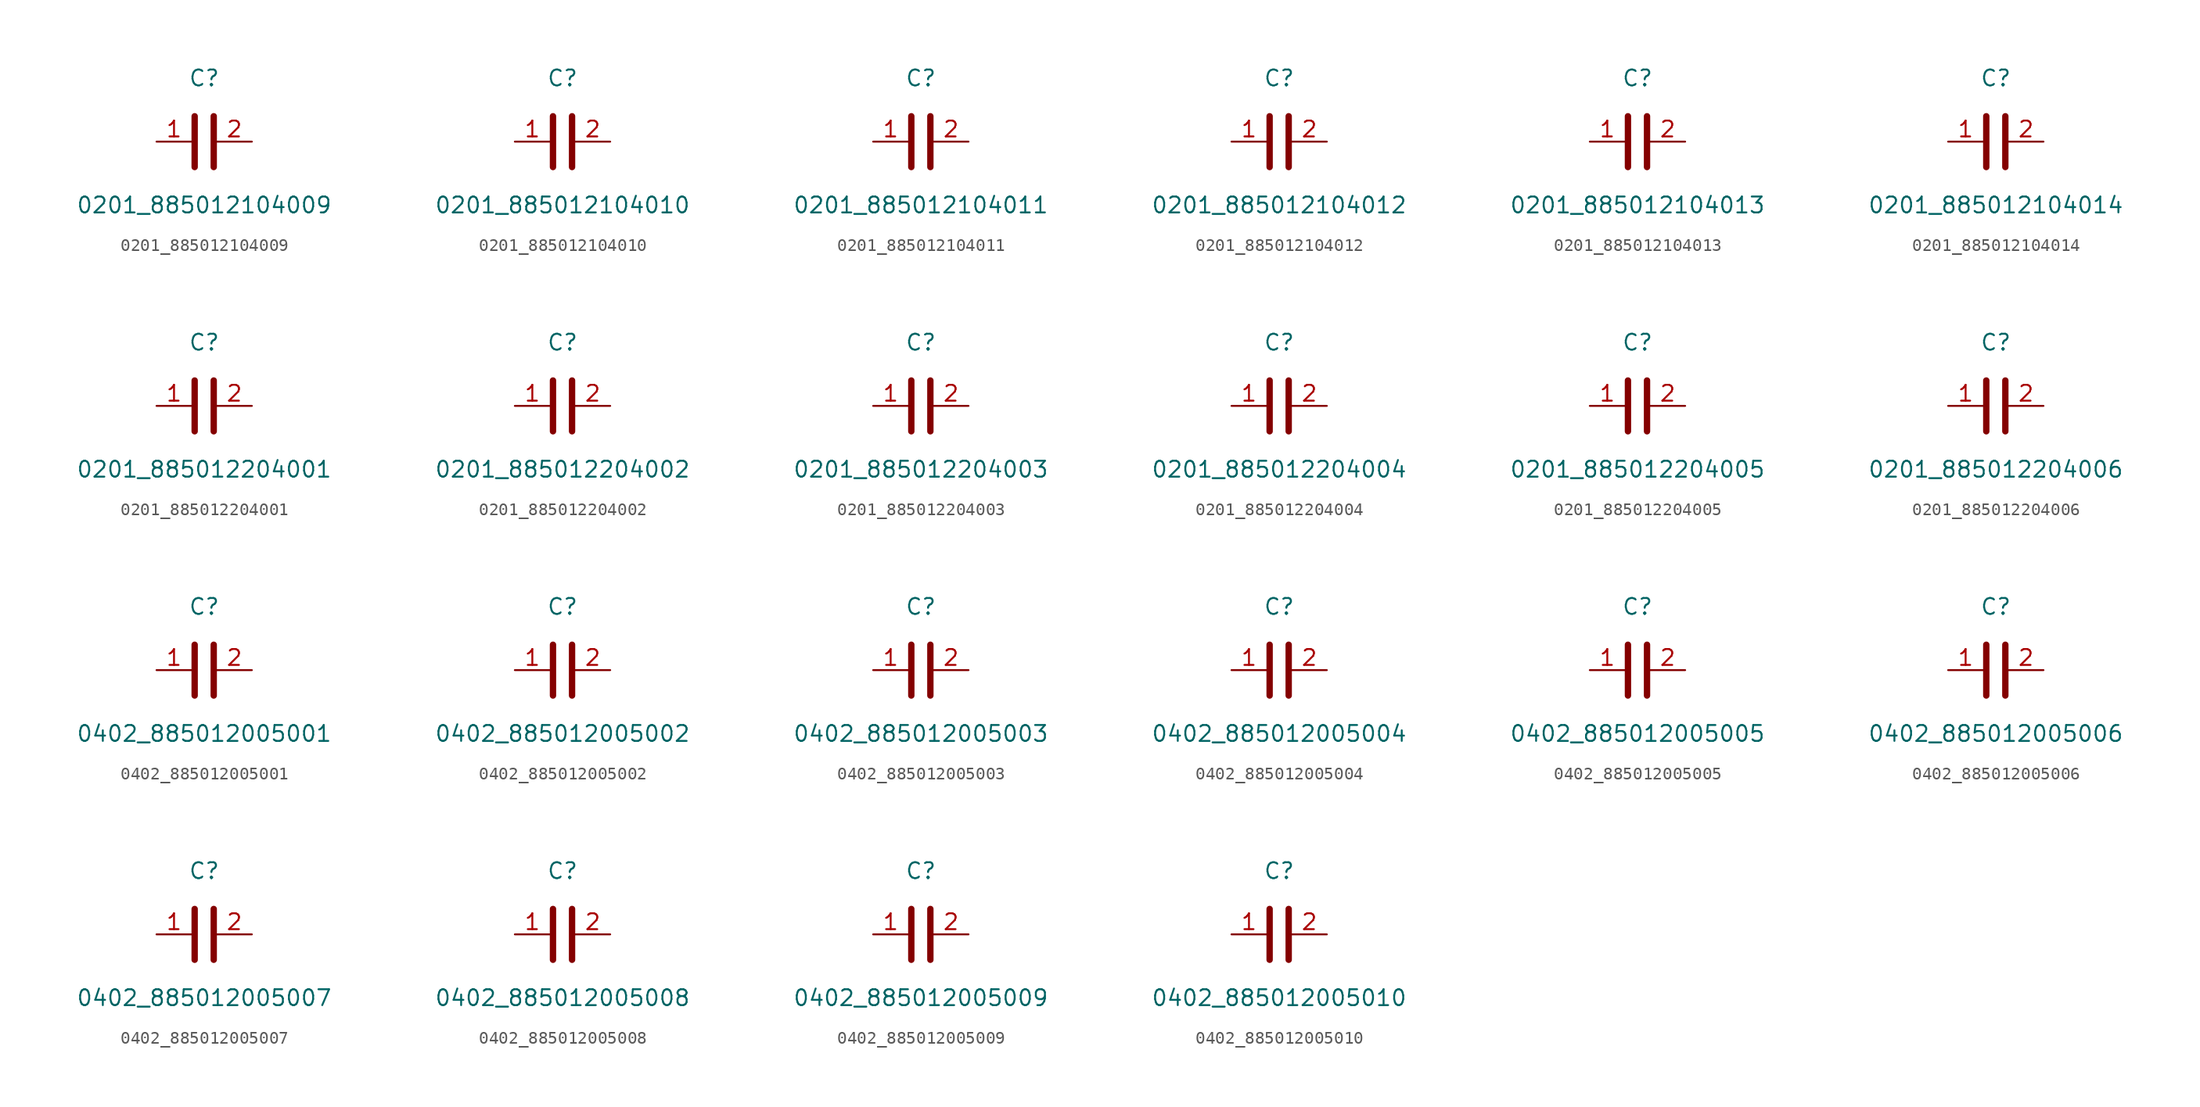
<source format=kicad_sym>
(kicad_symbol_lib
  (version 20220914)
  (generator kicad_symbol_editor)
  (symbol "0201_885012104009"
    (pin_names hide)
    (property "Reference" "C"
      (at 0 5.08 0)
      (effects (font (size 1.27 1.27))))
    (property "Value" "0201_885012104009"
      (at 0 -5.08 0)
      (effects (font (size 1.27 1.27))))
    (symbol "0201_885012104009_0_1"
      (polyline (pts (xy -0.762 -2.032) (xy -0.762 2.032)) (stroke (width 0.508) (type default)) (fill (type none)))
      (polyline (pts (xy 0.762 -2.032) (xy 0.762 2.032)) (stroke (width 0.508) (type default)) (fill (type none))))
    (symbol "0201_885012104009_1_1"
      (pin passive line (at -3.81 0 0) (length 2.794) (name "1" (effects (font (size 1.27 1.27)))) (number "1" (effects (font (size 1.27 1.27)))))
      (pin passive line (at 3.81 0 180) (length 2.794) (name "2" (effects (font (size 1.27 1.27)))) (number "2" (effects (font (size 1.27 1.27)))))))
  (symbol "0201_885012104010"
    (pin_names hide)
    (property "Reference" "C"
      (at 0 5.08 0)
      (effects (font (size 1.27 1.27))))
    (property "Value" "0201_885012104010"
      (at 0 -5.08 0)
      (effects (font (size 1.27 1.27))))
    (symbol "0201_885012104010_0_1"
      (polyline (pts (xy -0.762 -2.032) (xy -0.762 2.032)) (stroke (width 0.508) (type default)) (fill (type none)))
      (polyline (pts (xy 0.762 -2.032) (xy 0.762 2.032)) (stroke (width 0.508) (type default)) (fill (type none))))
    (symbol "0201_885012104010_1_1"
      (pin passive line (at -3.81 0 0) (length 2.794) (name "1" (effects (font (size 1.27 1.27)))) (number "1" (effects (font (size 1.27 1.27)))))
      (pin passive line (at 3.81 0 180) (length 2.794) (name "2" (effects (font (size 1.27 1.27)))) (number "2" (effects (font (size 1.27 1.27)))))))
  (symbol "0201_885012104011"
    (pin_names hide)
    (property "Reference" "C"
      (at 0 5.08 0)
      (effects (font (size 1.27 1.27))))
    (property "Value" "0201_885012104011"
      (at 0 -5.08 0)
      (effects (font (size 1.27 1.27))))
    (symbol "0201_885012104011_0_1"
      (polyline (pts (xy -0.762 -2.032) (xy -0.762 2.032)) (stroke (width 0.508) (type default)) (fill (type none)))
      (polyline (pts (xy 0.762 -2.032) (xy 0.762 2.032)) (stroke (width 0.508) (type default)) (fill (type none))))
    (symbol "0201_885012104011_1_1"
      (pin passive line (at -3.81 0 0) (length 2.794) (name "1" (effects (font (size 1.27 1.27)))) (number "1" (effects (font (size 1.27 1.27)))))
      (pin passive line (at 3.81 0 180) (length 2.794) (name "2" (effects (font (size 1.27 1.27)))) (number "2" (effects (font (size 1.27 1.27)))))))
  (symbol "0201_885012104012"
    (pin_names hide)
    (property "Reference" "C"
      (at 0 5.08 0)
      (effects (font (size 1.27 1.27))))
    (property "Value" "0201_885012104012"
      (at 0 -5.08 0)
      (effects (font (size 1.27 1.27))))
    (symbol "0201_885012104012_0_1"
      (polyline (pts (xy -0.762 -2.032) (xy -0.762 2.032)) (stroke (width 0.508) (type default)) (fill (type none)))
      (polyline (pts (xy 0.762 -2.032) (xy 0.762 2.032)) (stroke (width 0.508) (type default)) (fill (type none))))
    (symbol "0201_885012104012_1_1"
      (pin passive line (at -3.81 0 0) (length 2.794) (name "1" (effects (font (size 1.27 1.27)))) (number "1" (effects (font (size 1.27 1.27)))))
      (pin passive line (at 3.81 0 180) (length 2.794) (name "2" (effects (font (size 1.27 1.27)))) (number "2" (effects (font (size 1.27 1.27)))))))
  (symbol "0201_885012104013"
    (pin_names hide)
    (property "Reference" "C"
      (at 0 5.08 0)
      (effects (font (size 1.27 1.27))))
    (property "Value" "0201_885012104013"
      (at 0 -5.08 0)
      (effects (font (size 1.27 1.27))))
    (symbol "0201_885012104013_0_1"
      (polyline (pts (xy -0.762 -2.032) (xy -0.762 2.032)) (stroke (width 0.508) (type default)) (fill (type none)))
      (polyline (pts (xy 0.762 -2.032) (xy 0.762 2.032)) (stroke (width 0.508) (type default)) (fill (type none))))
    (symbol "0201_885012104013_1_1"
      (pin passive line (at -3.81 0 0) (length 2.794) (name "1" (effects (font (size 1.27 1.27)))) (number "1" (effects (font (size 1.27 1.27)))))
      (pin passive line (at 3.81 0 180) (length 2.794) (name "2" (effects (font (size 1.27 1.27)))) (number "2" (effects (font (size 1.27 1.27)))))))
  (symbol "0201_885012104014"
    (pin_names hide)
    (property "Reference" "C"
      (at 0 5.08 0)
      (effects (font (size 1.27 1.27))))
    (property "Value" "0201_885012104014"
      (at 0 -5.08 0)
      (effects (font (size 1.27 1.27))))
    (symbol "0201_885012104014_0_1"
      (polyline (pts (xy -0.762 -2.032) (xy -0.762 2.032)) (stroke (width 0.508) (type default)) (fill (type none)))
      (polyline (pts (xy 0.762 -2.032) (xy 0.762 2.032)) (stroke (width 0.508) (type default)) (fill (type none))))
    (symbol "0201_885012104014_1_1"
      (pin passive line (at -3.81 0 0) (length 2.794) (name "1" (effects (font (size 1.27 1.27)))) (number "1" (effects (font (size 1.27 1.27)))))
      (pin passive line (at 3.81 0 180) (length 2.794) (name "2" (effects (font (size 1.27 1.27)))) (number "2" (effects (font (size 1.27 1.27)))))))
  (symbol "0201_885012204001"
    (pin_names hide)
    (property "Reference" "C"
      (at 0 5.08 0)
      (effects (font (size 1.27 1.27))))
    (property "Value" "0201_885012204001"
      (at 0 -5.08 0)
      (effects (font (size 1.27 1.27))))
    (symbol "0201_885012204001_0_1"
      (polyline (pts (xy -0.762 -2.032) (xy -0.762 2.032)) (stroke (width 0.508) (type default)) (fill (type none)))
      (polyline (pts (xy 0.762 -2.032) (xy 0.762 2.032)) (stroke (width 0.508) (type default)) (fill (type none))))
    (symbol "0201_885012204001_1_1"
      (pin passive line (at -3.81 0 0) (length 2.794) (name "1" (effects (font (size 1.27 1.27)))) (number "1" (effects (font (size 1.27 1.27)))))
      (pin passive line (at 3.81 0 180) (length 2.794) (name "2" (effects (font (size 1.27 1.27)))) (number "2" (effects (font (size 1.27 1.27)))))))
  (symbol "0201_885012204002"
    (pin_names hide)
    (property "Reference" "C"
      (at 0 5.08 0)
      (effects (font (size 1.27 1.27))))
    (property "Value" "0201_885012204002"
      (at 0 -5.08 0)
      (effects (font (size 1.27 1.27))))
    (symbol "0201_885012204002_0_1"
      (polyline (pts (xy -0.762 -2.032) (xy -0.762 2.032)) (stroke (width 0.508) (type default)) (fill (type none)))
      (polyline (pts (xy 0.762 -2.032) (xy 0.762 2.032)) (stroke (width 0.508) (type default)) (fill (type none))))
    (symbol "0201_885012204002_1_1"
      (pin passive line (at -3.81 0 0) (length 2.794) (name "1" (effects (font (size 1.27 1.27)))) (number "1" (effects (font (size 1.27 1.27)))))
      (pin passive line (at 3.81 0 180) (length 2.794) (name "2" (effects (font (size 1.27 1.27)))) (number "2" (effects (font (size 1.27 1.27)))))))
  (symbol "0201_885012204003"
    (pin_names hide)
    (property "Reference" "C"
      (at 0 5.08 0)
      (effects (font (size 1.27 1.27))))
    (property "Value" "0201_885012204003"
      (at 0 -5.08 0)
      (effects (font (size 1.27 1.27))))
    (symbol "0201_885012204003_0_1"
      (polyline (pts (xy -0.762 -2.032) (xy -0.762 2.032)) (stroke (width 0.508) (type default)) (fill (type none)))
      (polyline (pts (xy 0.762 -2.032) (xy 0.762 2.032)) (stroke (width 0.508) (type default)) (fill (type none))))
    (symbol "0201_885012204003_1_1"
      (pin passive line (at -3.81 0 0) (length 2.794) (name "1" (effects (font (size 1.27 1.27)))) (number "1" (effects (font (size 1.27 1.27)))))
      (pin passive line (at 3.81 0 180) (length 2.794) (name "2" (effects (font (size 1.27 1.27)))) (number "2" (effects (font (size 1.27 1.27)))))))
  (symbol "0201_885012204004"
    (pin_names hide)
    (property "Reference" "C"
      (at 0 5.08 0)
      (effects (font (size 1.27 1.27))))
    (property "Value" "0201_885012204004"
      (at 0 -5.08 0)
      (effects (font (size 1.27 1.27))))
    (symbol "0201_885012204004_0_1"
      (polyline (pts (xy -0.762 -2.032) (xy -0.762 2.032)) (stroke (width 0.508) (type default)) (fill (type none)))
      (polyline (pts (xy 0.762 -2.032) (xy 0.762 2.032)) (stroke (width 0.508) (type default)) (fill (type none))))
    (symbol "0201_885012204004_1_1"
      (pin passive line (at -3.81 0 0) (length 2.794) (name "1" (effects (font (size 1.27 1.27)))) (number "1" (effects (font (size 1.27 1.27)))))
      (pin passive line (at 3.81 0 180) (length 2.794) (name "2" (effects (font (size 1.27 1.27)))) (number "2" (effects (font (size 1.27 1.27)))))))
  (symbol "0201_885012204005"
    (pin_names hide)
    (property "Reference" "C"
      (at 0 5.08 0)
      (effects (font (size 1.27 1.27))))
    (property "Value" "0201_885012204005"
      (at 0 -5.08 0)
      (effects (font (size 1.27 1.27))))
    (symbol "0201_885012204005_0_1"
      (polyline (pts (xy -0.762 -2.032) (xy -0.762 2.032)) (stroke (width 0.508) (type default)) (fill (type none)))
      (polyline (pts (xy 0.762 -2.032) (xy 0.762 2.032)) (stroke (width 0.508) (type default)) (fill (type none))))
    (symbol "0201_885012204005_1_1"
      (pin passive line (at -3.81 0 0) (length 2.794) (name "1" (effects (font (size 1.27 1.27)))) (number "1" (effects (font (size 1.27 1.27)))))
      (pin passive line (at 3.81 0 180) (length 2.794) (name "2" (effects (font (size 1.27 1.27)))) (number "2" (effects (font (size 1.27 1.27)))))))
  (symbol "0201_885012204006"
    (pin_names hide)
    (property "Reference" "C"
      (at 0 5.08 0)
      (effects (font (size 1.27 1.27))))
    (property "Value" "0201_885012204006"
      (at 0 -5.08 0)
      (effects (font (size 1.27 1.27))))
    (symbol "0201_885012204006_0_1"
      (polyline (pts (xy -0.762 -2.032) (xy -0.762 2.032)) (stroke (width 0.508) (type default)) (fill (type none)))
      (polyline (pts (xy 0.762 -2.032) (xy 0.762 2.032)) (stroke (width 0.508) (type default)) (fill (type none))))
    (symbol "0201_885012204006_1_1"
      (pin passive line (at -3.81 0 0) (length 2.794) (name "1" (effects (font (size 1.27 1.27)))) (number "1" (effects (font (size 1.27 1.27)))))
      (pin passive line (at 3.81 0 180) (length 2.794) (name "2" (effects (font (size 1.27 1.27)))) (number "2" (effects (font (size 1.27 1.27)))))))
  (symbol "0402_885012005001"
    (pin_names hide)
    (property "Reference" "C"
      (at 0 5.08 0)
      (effects (font (size 1.27 1.27))))
    (property "Value" "0402_885012005001"
      (at 0 -5.08 0)
      (effects (font (size 1.27 1.27))))
    (symbol "0402_885012005001_0_1"
      (polyline (pts (xy -0.762 -2.032) (xy -0.762 2.032)) (stroke (width 0.508) (type default)) (fill (type none)))
      (polyline (pts (xy 0.762 -2.032) (xy 0.762 2.032)) (stroke (width 0.508) (type default)) (fill (type none))))
    (symbol "0402_885012005001_1_1"
      (pin passive line (at -3.81 0 0) (length 2.794) (name "1" (effects (font (size 1.27 1.27)))) (number "1" (effects (font (size 1.27 1.27)))))
      (pin passive line (at 3.81 0 180) (length 2.794) (name "2" (effects (font (size 1.27 1.27)))) (number "2" (effects (font (size 1.27 1.27)))))))
  (symbol "0402_885012005002"
    (pin_names hide)
    (property "Reference" "C"
      (at 0 5.08 0)
      (effects (font (size 1.27 1.27))))
    (property "Value" "0402_885012005002"
      (at 0 -5.08 0)
      (effects (font (size 1.27 1.27))))
    (symbol "0402_885012005002_0_1"
      (polyline (pts (xy -0.762 -2.032) (xy -0.762 2.032)) (stroke (width 0.508) (type default)) (fill (type none)))
      (polyline (pts (xy 0.762 -2.032) (xy 0.762 2.032)) (stroke (width 0.508) (type default)) (fill (type none))))
    (symbol "0402_885012005002_1_1"
      (pin passive line (at -3.81 0 0) (length 2.794) (name "1" (effects (font (size 1.27 1.27)))) (number "1" (effects (font (size 1.27 1.27)))))
      (pin passive line (at 3.81 0 180) (length 2.794) (name "2" (effects (font (size 1.27 1.27)))) (number "2" (effects (font (size 1.27 1.27)))))))
  (symbol "0402_885012005003"
    (pin_names hide)
    (property "Reference" "C"
      (at 0 5.08 0)
      (effects (font (size 1.27 1.27))))
    (property "Value" "0402_885012005003"
      (at 0 -5.08 0)
      (effects (font (size 1.27 1.27))))
    (symbol "0402_885012005003_0_1"
      (polyline (pts (xy -0.762 -2.032) (xy -0.762 2.032)) (stroke (width 0.508) (type default)) (fill (type none)))
      (polyline (pts (xy 0.762 -2.032) (xy 0.762 2.032)) (stroke (width 0.508) (type default)) (fill (type none))))
    (symbol "0402_885012005003_1_1"
      (pin passive line (at -3.81 0 0) (length 2.794) (name "1" (effects (font (size 1.27 1.27)))) (number "1" (effects (font (size 1.27 1.27)))))
      (pin passive line (at 3.81 0 180) (length 2.794) (name "2" (effects (font (size 1.27 1.27)))) (number "2" (effects (font (size 1.27 1.27)))))))
  (symbol "0402_885012005004"
    (pin_names hide)
    (property "Reference" "C"
      (at 0 5.08 0)
      (effects (font (size 1.27 1.27))))
    (property "Value" "0402_885012005004"
      (at 0 -5.08 0)
      (effects (font (size 1.27 1.27))))
    (symbol "0402_885012005004_0_1"
      (polyline (pts (xy -0.762 -2.032) (xy -0.762 2.032)) (stroke (width 0.508) (type default)) (fill (type none)))
      (polyline (pts (xy 0.762 -2.032) (xy 0.762 2.032)) (stroke (width 0.508) (type default)) (fill (type none))))
    (symbol "0402_885012005004_1_1"
      (pin passive line (at -3.81 0 0) (length 2.794) (name "1" (effects (font (size 1.27 1.27)))) (number "1" (effects (font (size 1.27 1.27)))))
      (pin passive line (at 3.81 0 180) (length 2.794) (name "2" (effects (font (size 1.27 1.27)))) (number "2" (effects (font (size 1.27 1.27)))))))
  (symbol "0402_885012005005"
    (pin_names hide)
    (property "Reference" "C"
      (at 0 5.08 0)
      (effects (font (size 1.27 1.27))))
    (property "Value" "0402_885012005005"
      (at 0 -5.08 0)
      (effects (font (size 1.27 1.27))))
    (symbol "0402_885012005005_0_1"
      (polyline (pts (xy -0.762 -2.032) (xy -0.762 2.032)) (stroke (width 0.508) (type default)) (fill (type none)))
      (polyline (pts (xy 0.762 -2.032) (xy 0.762 2.032)) (stroke (width 0.508) (type default)) (fill (type none))))
    (symbol "0402_885012005005_1_1"
      (pin passive line (at -3.81 0 0) (length 2.794) (name "1" (effects (font (size 1.27 1.27)))) (number "1" (effects (font (size 1.27 1.27)))))
      (pin passive line (at 3.81 0 180) (length 2.794) (name "2" (effects (font (size 1.27 1.27)))) (number "2" (effects (font (size 1.27 1.27)))))))
  (symbol "0402_885012005006"
    (pin_names hide)
    (property "Reference" "C"
      (at 0 5.08 0)
      (effects (font (size 1.27 1.27))))
    (property "Value" "0402_885012005006"
      (at 0 -5.08 0)
      (effects (font (size 1.27 1.27))))
    (symbol "0402_885012005006_0_1"
      (polyline (pts (xy -0.762 -2.032) (xy -0.762 2.032)) (stroke (width 0.508) (type default)) (fill (type none)))
      (polyline (pts (xy 0.762 -2.032) (xy 0.762 2.032)) (stroke (width 0.508) (type default)) (fill (type none))))
    (symbol "0402_885012005006_1_1"
      (pin passive line (at -3.81 0 0) (length 2.794) (name "1" (effects (font (size 1.27 1.27)))) (number "1" (effects (font (size 1.27 1.27)))))
      (pin passive line (at 3.81 0 180) (length 2.794) (name "2" (effects (font (size 1.27 1.27)))) (number "2" (effects (font (size 1.27 1.27)))))))
  (symbol "0402_885012005007"
    (pin_names hide)
    (property "Reference" "C"
      (at 0 5.08 0)
      (effects (font (size 1.27 1.27))))
    (property "Value" "0402_885012005007"
      (at 0 -5.08 0)
      (effects (font (size 1.27 1.27))))
    (symbol "0402_885012005007_0_1"
      (polyline (pts (xy -0.762 -2.032) (xy -0.762 2.032)) (stroke (width 0.508) (type default)) (fill (type none)))
      (polyline (pts (xy 0.762 -2.032) (xy 0.762 2.032)) (stroke (width 0.508) (type default)) (fill (type none))))
    (symbol "0402_885012005007_1_1"
      (pin passive line (at -3.81 0 0) (length 2.794) (name "1" (effects (font (size 1.27 1.27)))) (number "1" (effects (font (size 1.27 1.27)))))
      (pin passive line (at 3.81 0 180) (length 2.794) (name "2" (effects (font (size 1.27 1.27)))) (number "2" (effects (font (size 1.27 1.27)))))))
  (symbol "0402_885012005008"
    (pin_names hide)
    (property "Reference" "C"
      (at 0 5.08 0)
      (effects (font (size 1.27 1.27))))
    (property "Value" "0402_885012005008"
      (at 0 -5.08 0)
      (effects (font (size 1.27 1.27))))
    (symbol "0402_885012005008_0_1"
      (polyline (pts (xy -0.762 -2.032) (xy -0.762 2.032)) (stroke (width 0.508) (type default)) (fill (type none)))
      (polyline (pts (xy 0.762 -2.032) (xy 0.762 2.032)) (stroke (width 0.508) (type default)) (fill (type none))))
    (symbol "0402_885012005008_1_1"
      (pin passive line (at -3.81 0 0) (length 2.794) (name "1" (effects (font (size 1.27 1.27)))) (number "1" (effects (font (size 1.27 1.27)))))
      (pin passive line (at 3.81 0 180) (length 2.794) (name "2" (effects (font (size 1.27 1.27)))) (number "2" (effects (font (size 1.27 1.27)))))))
  (symbol "0402_885012005009"
    (pin_names hide)
    (property "Reference" "C"
      (at 0 5.08 0)
      (effects (font (size 1.27 1.27))))
    (property "Value" "0402_885012005009"
      (at 0 -5.08 0)
      (effects (font (size 1.27 1.27))))
    (symbol "0402_885012005009_0_1"
      (polyline (pts (xy -0.762 -2.032) (xy -0.762 2.032)) (stroke (width 0.508) (type default)) (fill (type none)))
      (polyline (pts (xy 0.762 -2.032) (xy 0.762 2.032)) (stroke (width 0.508) (type default)) (fill (type none))))
    (symbol "0402_885012005009_1_1"
      (pin passive line (at -3.81 0 0) (length 2.794) (name "1" (effects (font (size 1.27 1.27)))) (number "1" (effects (font (size 1.27 1.27)))))
      (pin passive line (at 3.81 0 180) (length 2.794) (name "2" (effects (font (size 1.27 1.27)))) (number "2" (effects (font (size 1.27 1.27)))))))
  (symbol "0402_885012005010"
    (pin_names hide)
    (property "Reference" "C"
      (at 0 5.08 0)
      (effects (font (size 1.27 1.27))))
    (property "Value" "0402_885012005010"
      (at 0 -5.08 0)
      (effects (font (size 1.27 1.27))))
    (symbol "0402_885012005010_0_1"
      (polyline (pts (xy -0.762 -2.032) (xy -0.762 2.032)) (stroke (width 0.508) (type default)) (fill (type none)))
      (polyline (pts (xy 0.762 -2.032) (xy 0.762 2.032)) (stroke (width 0.508) (type default)) (fill (type none))))
    (symbol "0402_885012005010_1_1"
      (pin passive line (at -3.81 0 0) (length 2.794) (name "1" (effects (font (size 1.27 1.27)))) (number "1" (effects (font (size 1.27 1.27)))))
      (pin passive line (at 3.81 0 180) (length 2.794) (name "2" (effects (font (size 1.27 1.27)))) (number "2" (effects (font (size 1.27 1.27))))))))
</source>
